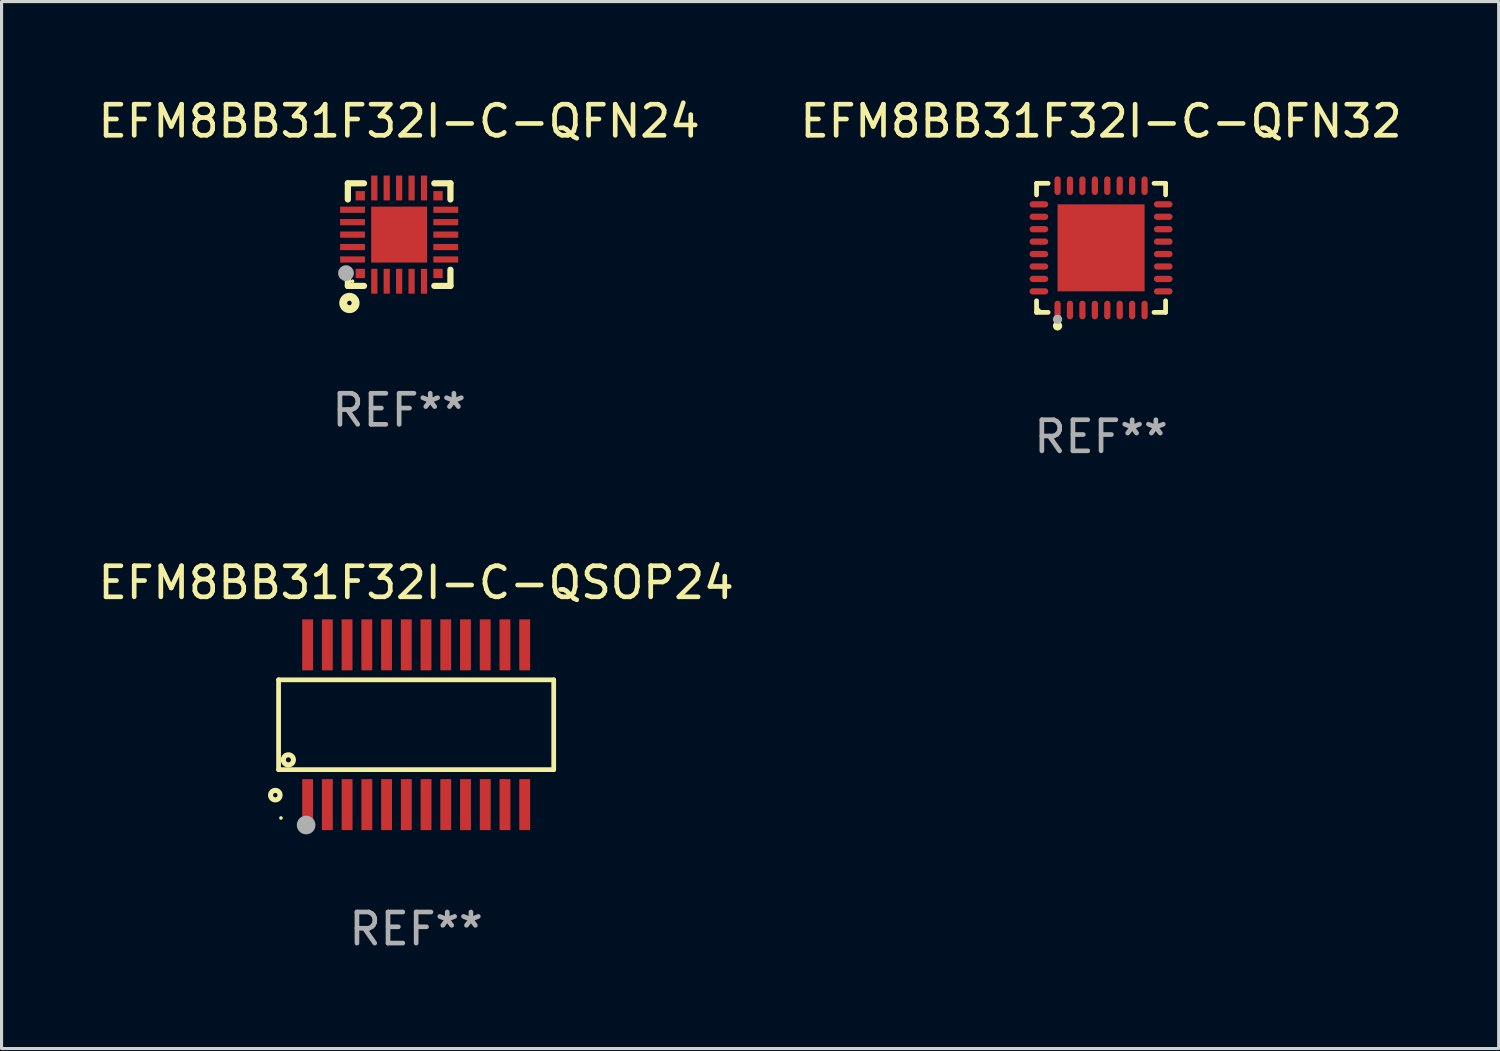
<source format=kicad_pcb>
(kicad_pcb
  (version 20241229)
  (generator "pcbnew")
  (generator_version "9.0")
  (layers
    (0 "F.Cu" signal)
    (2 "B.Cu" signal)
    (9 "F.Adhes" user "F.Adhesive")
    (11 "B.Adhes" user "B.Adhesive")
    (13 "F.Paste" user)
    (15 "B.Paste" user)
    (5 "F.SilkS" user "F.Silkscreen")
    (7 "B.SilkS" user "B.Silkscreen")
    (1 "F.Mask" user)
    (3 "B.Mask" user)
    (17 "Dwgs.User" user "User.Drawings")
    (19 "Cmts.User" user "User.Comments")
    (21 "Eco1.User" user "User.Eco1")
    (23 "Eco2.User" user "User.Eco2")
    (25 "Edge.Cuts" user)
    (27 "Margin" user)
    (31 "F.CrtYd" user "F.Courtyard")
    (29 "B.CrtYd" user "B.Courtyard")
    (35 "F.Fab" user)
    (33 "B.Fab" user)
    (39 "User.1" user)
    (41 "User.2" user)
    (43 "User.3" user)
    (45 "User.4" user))
  (footprint "EFM8BB31F32I-C-QFN24"
    (layer "F.Cu")
    (at 9.792 4.498)
    (property "Reference" "EFM8BB31F32I-C-QFN24" (at 0 -3.65 0) (layer "F.SilkS") (effects (font (size 1 1) (thickness 0.15))))
    (attr through_hole)
    (fp_line (start -1.65 -1.65) (end -1.65 -1.131) (stroke (width 0.2) (type solid)) (layer "F.SilkS"))
    (fp_line (start -1.65 -1.65) (end -1.131 -1.65) (stroke (width 0.2) (type solid)) (layer "F.SilkS"))
    (fp_line (start -1.65 1.131) (end -1.65 1.65) (stroke (width 0.2) (type solid)) (layer "F.SilkS"))
    (fp_line (start -1.65 1.65) (end -1.131 1.65) (stroke (width 0.2) (type solid)) (layer "F.SilkS"))
    (fp_line (start 1.131 -1.65) (end 1.65 -1.65) (stroke (width 0.2) (type solid)) (layer "F.SilkS"))
    (fp_line (start 1.131 1.65) (end 1.65 1.65) (stroke (width 0.2) (type solid)) (layer "F.SilkS"))
    (fp_line (start 1.65 -1.65) (end 1.65 -1.131) (stroke (width 0.2) (type solid)) (layer "F.SilkS"))
    (fp_line (start 1.65 1.131) (end 1.65 1.65) (stroke (width 0.2) (type solid)) (layer "F.SilkS"))
    (fp_circle (center -1.6 2.2) (end -1.4 2.2) (stroke (width 0.254) (type solid)) (fill no) (layer "F.SilkS"))
    (fp_circle (center -1.5 1.5) (end -1.47 1.5) (stroke (width 0.06) (type solid)) (fill no) (layer "F.SilkS"))
    (fp_circle (center -1.71 1.24) (end -1.583 1.24) (stroke (width 0.254) (type solid)) (fill no) (layer "F.Fab"))
    (fp_text user "REF**" (at 0 5.65 0) (layer "F.Fab") (effects (font (size 1 1) (thickness 0.15))))
    (pad "1" smd rect (at -1.25 1.25 90) (size 0.3 0.3) (layers "F.Cu" "F.Mask" "F.Paste"))
    (pad "2" smd rect (at -0.8 1.5) (size 0.2 0.8) (layers "F.Cu" "F.Mask" "F.Paste"))
    (pad "3" smd rect (at -0.4 1.5) (size 0.2 0.8) (layers "F.Cu" "F.Mask" "F.Paste"))
    (pad "4" smd rect (at 0.000051 1.5) (size 0.2 0.8) (layers "F.Cu" "F.Mask" "F.Paste"))
    (pad "5" smd rect (at 0.4 1.5) (size 0.2 0.8) (layers "F.Cu" "F.Mask" "F.Paste"))
    (pad "6" smd rect (at 0.8 1.5) (size 0.2 0.8) (layers "F.Cu" "F.Mask" "F.Paste"))
    (pad "7" smd rect (at 1.25 1.25 90) (size 0.3 0.3) (layers "F.Cu" "F.Mask" "F.Paste"))
    (pad "8" smd rect (at 1.5 0.8) (size 0.8 0.2) (layers "F.Cu" "F.Mask" "F.Paste"))
    (pad "9" smd rect (at 1.5 0.4) (size 0.8 0.2) (layers "F.Cu" "F.Mask" "F.Paste"))
    (pad "10" smd rect (at 1.5 0.000051) (size 0.8 0.2) (layers "F.Cu" "F.Mask" "F.Paste"))
    (pad "11" smd rect (at 1.5 -0.4) (size 0.8 0.2) (layers "F.Cu" "F.Mask" "F.Paste"))
    (pad "12" smd rect (at 1.5 -0.8) (size 0.8 0.2) (layers "F.Cu" "F.Mask" "F.Paste"))
    (pad "13" smd rect (at 1.25 -1.25 270) (size 0.3 0.3) (layers "F.Cu" "F.Mask" "F.Paste"))
    (pad "14" smd rect (at 0.8 -1.5) (size 0.2 0.8) (layers "F.Cu" "F.Mask" "F.Paste"))
    (pad "15" smd rect (at 0.4 -1.5) (size 0.2 0.8) (layers "F.Cu" "F.Mask" "F.Paste"))
    (pad "16" smd rect (at 0.000051 -1.5) (size 0.2 0.8) (layers "F.Cu" "F.Mask" "F.Paste"))
    (pad "17" smd rect (at -0.4 -1.5) (size 0.2 0.8) (layers "F.Cu" "F.Mask" "F.Paste"))
    (pad "18" smd rect (at -0.8 -1.5) (size 0.2 0.8) (layers "F.Cu" "F.Mask" "F.Paste"))
    (pad "19" smd rect (at -1.25 -1.25 90) (size 0.3 0.3) (layers "F.Cu" "F.Mask" "F.Paste"))
    (pad "20" smd rect (at -1.5 -0.8) (size 0.8 0.2) (layers "F.Cu" "F.Mask" "F.Paste"))
    (pad "21" smd rect (at -1.5 -0.4) (size 0.8 0.2) (layers "F.Cu" "F.Mask" "F.Paste"))
    (pad "22" smd rect (at -1.5 0.000051) (size 0.8 0.2) (layers "F.Cu" "F.Mask" "F.Paste"))
    (pad "23" smd rect (at -1.5 0.4) (size 0.8 0.2) (layers "F.Cu" "F.Mask" "F.Paste"))
    (pad "24" smd rect (at -1.5 0.8 180) (size 0.8 0.2) (layers "F.Cu" "F.Mask" "F.Paste"))
    (pad "25" smd rect (at 0.000051 0.000051) (size 1.8 1.8) (layers "F.Cu" "F.Mask" "F.Paste")))
  (footprint "EFM8BB31F32I-C-QFN32"
    (layer "F.Cu")
    (at 32.375 4.924)
    (property "Reference" "EFM8BB31F32I-C-QFN32" (at 0 -4.076 0) (layer "F.SilkS") (effects (font (size 1 1) (thickness 0.15))))
    (attr through_hole)
    (fp_line (start -2.076 -2.076) (end -1.703 -2.076) (stroke (width 0.152) (type solid)) (layer "F.SilkS"))
    (fp_line (start -2.076 -1.703) (end -2.076 -2.076) (stroke (width 0.152) (type solid)) (layer "F.SilkS"))
    (fp_line (start -2.076 1.703) (end -2.076 2.076) (stroke (width 0.152) (type solid)) (layer "F.SilkS"))
    (fp_line (start -2.076 2.076) (end -1.703 2.076) (stroke (width 0.152) (type solid)) (layer "F.SilkS"))
    (fp_line (start 2.076 -2.076) (end 1.703 -2.076) (stroke (width 0.152) (type solid)) (layer "F.SilkS"))
    (fp_line (start 2.076 -1.703) (end 2.076 -2.076) (stroke (width 0.152) (type solid)) (layer "F.SilkS"))
    (fp_line (start 2.076 1.703) (end 2.076 2.076) (stroke (width 0.152) (type solid)) (layer "F.SilkS"))
    (fp_line (start 2.076 2.076) (end 1.703 2.076) (stroke (width 0.152) (type solid)) (layer "F.SilkS"))
    (fp_circle (center -2 2) (end -1.97 2) (stroke (width 0.06) (type solid)) (fill no) (layer "F.SilkS"))
    (fp_circle (center -1.4 2.51) (end -1.325 2.51) (stroke (width 0.15) (type solid)) (fill no) (layer "F.SilkS"))
    (fp_circle (center -1.4 2.3) (end -1.325 2.3) (stroke (width 0.15) (type solid)) (fill no) (layer "F.Fab"))
    (fp_text user "REF**" (at 0 6.076 0) (layer "F.Fab") (effects (font (size 1 1) (thickness 0.15))))
    (pad "1" smd oval (at -1.4 2) (size 0.2 0.6) (layers "F.Cu" "F.Mask" "F.Paste"))
    (pad "2" smd oval (at -1 2) (size 0.2 0.6) (layers "F.Cu" "F.Mask" "F.Paste"))
    (pad "3" smd oval (at -0.6 2) (size 0.2 0.6) (layers "F.Cu" "F.Mask" "F.Paste"))
    (pad "4" smd oval (at -0.2 2) (size 0.2 0.6) (layers "F.Cu" "F.Mask" "F.Paste"))
    (pad "5" smd oval (at 0.2 2) (size 0.2 0.6) (layers "F.Cu" "F.Mask" "F.Paste"))
    (pad "6" smd oval (at 0.6 2) (size 0.2 0.6) (layers "F.Cu" "F.Mask" "F.Paste"))
    (pad "7" smd oval (at 1 2) (size 0.2 0.6) (layers "F.Cu" "F.Mask" "F.Paste"))
    (pad "8" smd oval (at 1.4 2) (size 0.2 0.6) (layers "F.Cu" "F.Mask" "F.Paste"))
    (pad "9" smd oval (at 2 1.4) (size 0.6 0.2) (layers "F.Cu" "F.Mask" "F.Paste"))
    (pad "10" smd oval (at 2 1) (size 0.6 0.2) (layers "F.Cu" "F.Mask" "F.Paste"))
    (pad "11" smd oval (at 2 0.6) (size 0.6 0.2) (layers "F.Cu" "F.Mask" "F.Paste"))
    (pad "12" smd oval (at 2 0.2) (size 0.6 0.2) (layers "F.Cu" "F.Mask" "F.Paste"))
    (pad "13" smd oval (at 2 -0.2) (size 0.6 0.2) (layers "F.Cu" "F.Mask" "F.Paste"))
    (pad "14" smd oval (at 2 -0.6) (size 0.6 0.2) (layers "F.Cu" "F.Mask" "F.Paste"))
    (pad "15" smd oval (at 2 -1) (size 0.6 0.2) (layers "F.Cu" "F.Mask" "F.Paste"))
    (pad "16" smd oval (at 2 -1.4) (size 0.6 0.2) (layers "F.Cu" "F.Mask" "F.Paste"))
    (pad "17" smd oval (at 1.4 -2) (size 0.2 0.6) (layers "F.Cu" "F.Mask" "F.Paste"))
    (pad "18" smd oval (at 1 -2) (size 0.2 0.6) (layers "F.Cu" "F.Mask" "F.Paste"))
    (pad "19" smd oval (at 0.6 -2) (size 0.2 0.6) (layers "F.Cu" "F.Mask" "F.Paste"))
    (pad "20" smd oval (at 0.2 -2) (size 0.2 0.6) (layers "F.Cu" "F.Mask" "F.Paste"))
    (pad "21" smd oval (at -0.2 -2) (size 0.2 0.6) (layers "F.Cu" "F.Mask" "F.Paste"))
    (pad "22" smd oval (at -0.6 -2) (size 0.2 0.6) (layers "F.Cu" "F.Mask" "F.Paste"))
    (pad "23" smd oval (at -1 -2) (size 0.2 0.6) (layers "F.Cu" "F.Mask" "F.Paste"))
    (pad "24" smd oval (at -1.4 -2) (size 0.2 0.6) (layers "F.Cu" "F.Mask" "F.Paste"))
    (pad "25" smd oval (at -2 -1.4) (size 0.6 0.2) (layers "F.Cu" "F.Mask" "F.Paste"))
    (pad "26" smd oval (at -2 -1) (size 0.6 0.2) (layers "F.Cu" "F.Mask" "F.Paste"))
    (pad "27" smd oval (at -2 -0.6) (size 0.6 0.2) (layers "F.Cu" "F.Mask" "F.Paste"))
    (pad "28" smd oval (at -2 -0.2) (size 0.6 0.2) (layers "F.Cu" "F.Mask" "F.Paste"))
    (pad "29" smd oval (at -2 0.2) (size 0.6 0.2) (layers "F.Cu" "F.Mask" "F.Paste"))
    (pad "30" smd oval (at -2 0.6) (size 0.6 0.2) (layers "F.Cu" "F.Mask" "F.Paste"))
    (pad "31" smd oval (at -2 1) (size 0.6 0.2) (layers "F.Cu" "F.Mask" "F.Paste"))
    (pad "32" smd oval (at -2 1.4) (size 0.6 0.2) (layers "F.Cu" "F.Mask" "F.Paste"))
    (pad "33" smd rect (at 0 0) (size 2.8 2.8) (layers "F.Cu" "F.Mask" "F.Paste")))
  (footprint "EFM8BB31F32I-C-QSOP24"
    (layer "F.Cu")
    (at 10.339 20.267)
    (property "Reference" "EFM8BB31F32I-C-QSOP24" (at 0 -4.57 0) (layer "F.SilkS") (effects (font (size 1 1) (thickness 0.15))))
    (attr through_hole)
    (fp_line (start -4.426 -1.445) (end 4.426 -1.445) (stroke (width 0.152) (type solid)) (layer "F.SilkS"))
    (fp_line (start -4.426 1.445) (end -4.426 -1.445) (stroke (width 0.152) (type solid)) (layer "F.SilkS"))
    (fp_line (start 4.426 -1.445) (end 4.426 1.445) (stroke (width 0.152) (type solid)) (layer "F.SilkS"))
    (fp_line (start 4.426 1.445) (end -4.426 1.445) (stroke (width 0.152) (type solid)) (layer "F.SilkS"))
    (fp_circle (center -4.531 2.265) (end -4.378 2.265) (stroke (width 0.163) (type solid)) (fill no) (layer "F.SilkS"))
    (fp_circle (center -4.35 3) (end -4.32 3) (stroke (width 0.06) (type solid)) (fill no) (layer "F.SilkS"))
    (fp_circle (center -4.111 1.13) (end -4.03 1.13) (stroke (width 0.163) (type solid)) (fill no) (layer "F.SilkS"))
    (fp_circle (center -3.54 3.227) (end -3.39 3.227) (stroke (width 0.3) (type solid)) (fill no) (layer "F.Fab"))
    (fp_text user "REF**" (at 0 6.57 0) (layer "F.Fab") (effects (font (size 1 1) (thickness 0.15))))
    (pad "1" smd rect (at -3.492 2.57) (size 0.35 1.64) (layers "F.Cu" "F.Mask" "F.Paste"))
    (pad "2" smd rect (at -2.857 2.57) (size 0.35 1.64) (layers "F.Cu" "F.Mask" "F.Paste"))
    (pad "3" smd rect (at -2.222 2.57) (size 0.35 1.64) (layers "F.Cu" "F.Mask" "F.Paste"))
    (pad "4" smd rect (at -1.587 2.57) (size 0.35 1.64) (layers "F.Cu" "F.Mask" "F.Paste"))
    (pad "5" smd rect (at -0.952 2.57) (size 0.35 1.64) (layers "F.Cu" "F.Mask" "F.Paste"))
    (pad "6" smd rect (at -0.317 2.57) (size 0.35 1.64) (layers "F.Cu" "F.Mask" "F.Paste"))
    (pad "7" smd rect (at 0.318 2.57) (size 0.35 1.64) (layers "F.Cu" "F.Mask" "F.Paste"))
    (pad "8" smd rect (at 0.953 2.57) (size 0.35 1.64) (layers "F.Cu" "F.Mask" "F.Paste"))
    (pad "9" smd rect (at 1.588 2.57) (size 0.35 1.64) (layers "F.Cu" "F.Mask" "F.Paste"))
    (pad "10" smd rect (at 2.223 2.57) (size 0.35 1.64) (layers "F.Cu" "F.Mask" "F.Paste"))
    (pad "11" smd rect (at 2.858 2.57) (size 0.35 1.64) (layers "F.Cu" "F.Mask" "F.Paste"))
    (pad "12" smd rect (at 3.493 2.57) (size 0.35 1.64) (layers "F.Cu" "F.Mask" "F.Paste"))
    (pad "13" smd rect (at 3.492 -2.57) (size 0.35 1.64) (layers "F.Cu" "F.Mask" "F.Paste"))
    (pad "14" smd rect (at 2.857 -2.57) (size 0.35 1.64) (layers "F.Cu" "F.Mask" "F.Paste"))
    (pad "15" smd rect (at 2.222 -2.57) (size 0.35 1.64) (layers "F.Cu" "F.Mask" "F.Paste"))
    (pad "16" smd rect (at 1.587 -2.57) (size 0.35 1.64) (layers "F.Cu" "F.Mask" "F.Paste"))
    (pad "17" smd rect (at 0.952 -2.57) (size 0.35 1.64) (layers "F.Cu" "F.Mask" "F.Paste"))
    (pad "18" smd rect (at 0.317 -2.57) (size 0.35 1.64) (layers "F.Cu" "F.Mask" "F.Paste"))
    (pad "19" smd rect (at -0.318 -2.57) (size 0.35 1.64) (layers "F.Cu" "F.Mask" "F.Paste"))
    (pad "20" smd rect (at -0.953 -2.57) (size 0.35 1.64) (layers "F.Cu" "F.Mask" "F.Paste"))
    (pad "21" smd rect (at -1.588 -2.57) (size 0.35 1.64) (layers "F.Cu" "F.Mask" "F.Paste"))
    (pad "22" smd rect (at -2.223 -2.57) (size 0.35 1.64) (layers "F.Cu" "F.Mask" "F.Paste"))
    (pad "23" smd rect (at -2.858 -2.57) (size 0.35 1.64) (layers "F.Cu" "F.Mask" "F.Paste"))
    (pad "24" smd rect (at -3.492 -2.57) (size 0.35 1.64) (layers "F.Cu" "F.Mask" "F.Paste")))
  (gr_rect
    (start -3 -3)
    (end 45.167 30.685)
    (stroke (width 0.1) (type default))
    (fill no)
    (layer "Edge.Cuts")))
</source>
